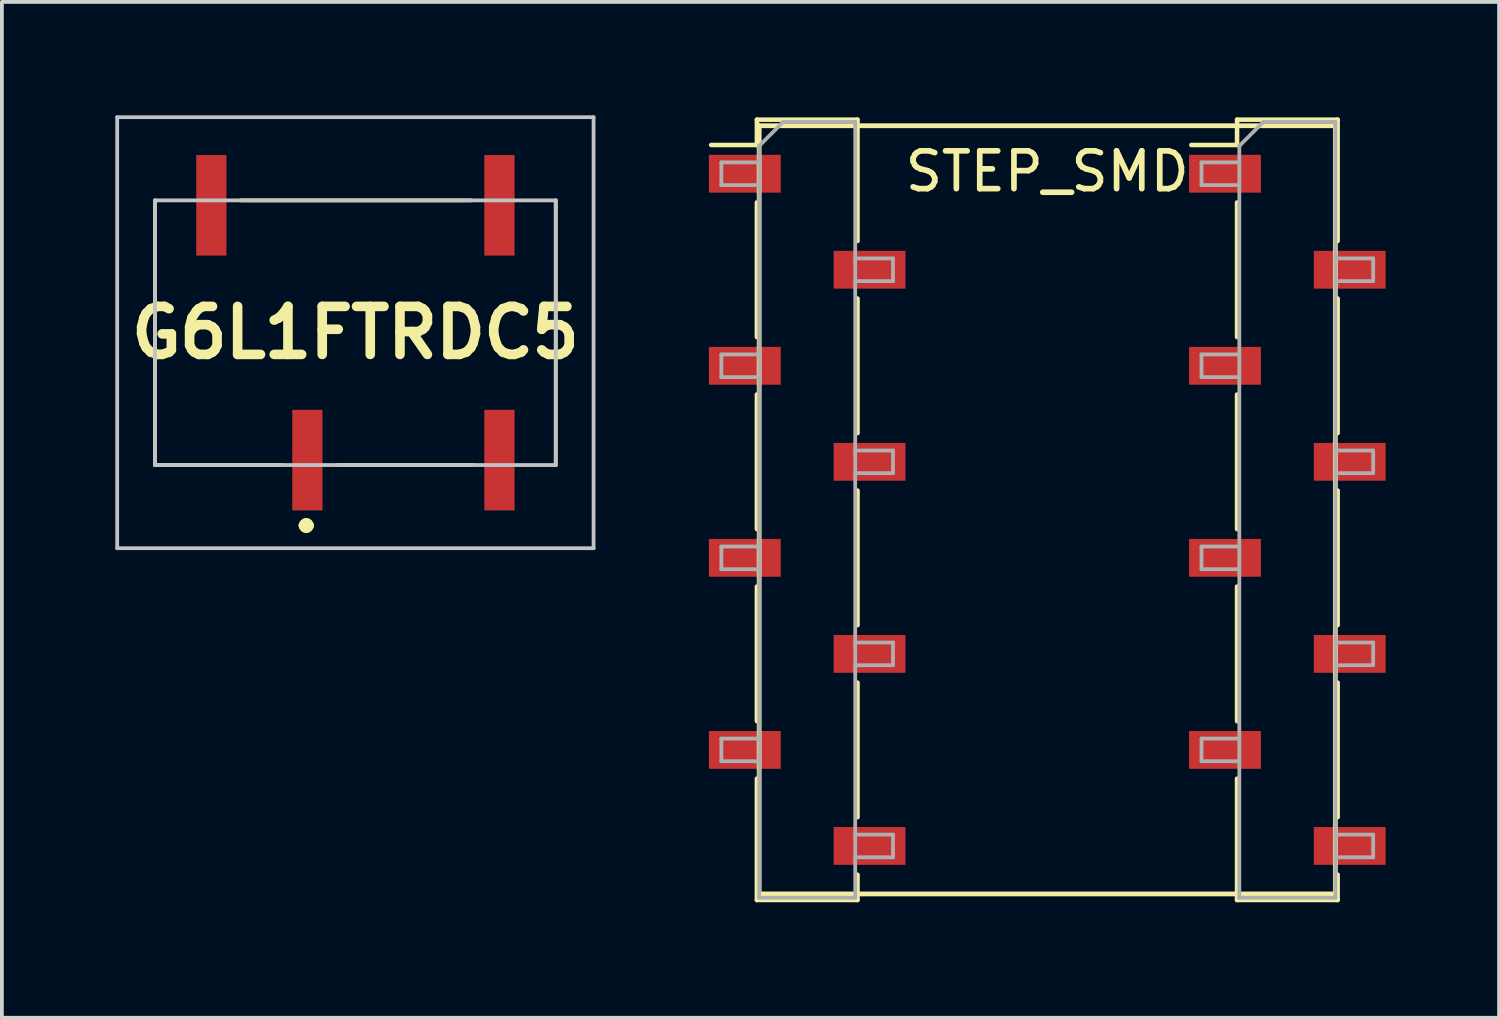
<source format=kicad_pcb>
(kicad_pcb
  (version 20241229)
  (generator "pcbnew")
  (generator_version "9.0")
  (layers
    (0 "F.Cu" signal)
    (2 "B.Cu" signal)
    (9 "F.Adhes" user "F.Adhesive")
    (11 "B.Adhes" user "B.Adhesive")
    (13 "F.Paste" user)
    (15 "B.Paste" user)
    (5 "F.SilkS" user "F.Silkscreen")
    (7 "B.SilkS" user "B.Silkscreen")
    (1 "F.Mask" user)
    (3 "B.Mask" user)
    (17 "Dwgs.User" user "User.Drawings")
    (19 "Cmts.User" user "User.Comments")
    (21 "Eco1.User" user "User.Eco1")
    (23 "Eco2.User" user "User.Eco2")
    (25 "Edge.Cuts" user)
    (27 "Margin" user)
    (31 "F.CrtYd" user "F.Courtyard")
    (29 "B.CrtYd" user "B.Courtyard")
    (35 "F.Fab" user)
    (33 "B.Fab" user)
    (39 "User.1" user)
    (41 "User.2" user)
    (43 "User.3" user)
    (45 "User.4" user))
  (footprint "G6L1FTRDC5"
    (layer "F.Cu")
    (at 6.35 5.75)
    (property "Reference" "G6L1FTRDC5" (at 0 0 0) (layer "F.SilkS") (effects (font (size 1.27 1.27) (thickness 0.254))))
    (attr smd)
    (fp_line (start -5.3 -3.5) (end -5.3 3.5) (stroke (width 0.1) (type solid)) (layer "F.SilkS"))
    (fp_line (start -5.3 3.5) (end -1.953 3.5) (stroke (width 0.1) (type solid)) (layer "F.SilkS"))
    (fp_line (start -3.035 -3.5) (end 3.059 -3.5) (stroke (width 0.1) (type solid)) (layer "F.SilkS"))
    (fp_line (start -1.4 5.1) (end -1.4 5.1) (stroke (width 0.2) (type solid)) (layer "F.SilkS"))
    (fp_line (start -1.2 5.1) (end -1.2 5.1) (stroke (width 0.2) (type solid)) (layer "F.SilkS"))
    (fp_line (start -0.472 3.5) (end 3.116 3.5) (stroke (width 0.1) (type solid)) (layer "F.SilkS"))
    (fp_line (start 5.3 -3.5) (end 5.3 3.5) (stroke (width 0.1) (type solid)) (layer "F.SilkS"))
    (fp_arc (start -1.4 5.1) (mid -1.3 5) (end -1.2 5.1) (stroke (width 0.2) (type solid)) (layer "F.SilkS"))
    (fp_arc (start -1.2 5.1) (mid -1.3 5.2) (end -1.4 5.1) (stroke (width 0.2) (type solid)) (layer "F.SilkS"))
    (fp_line (start -6.3 -5.7) (end 6.3 -5.7) (stroke (width 0.1) (type solid)) (layer "Dwgs.User"))
    (fp_line (start -6.3 5.7) (end -6.3 -5.7) (stroke (width 0.1) (type solid)) (layer "Dwgs.User"))
    (fp_line (start -5.3 -3.5) (end 5.3 -3.5) (stroke (width 0.1) (type solid)) (layer "Dwgs.User"))
    (fp_line (start -5.3 3.5) (end -5.3 -3.5) (stroke (width 0.1) (type solid)) (layer "Dwgs.User"))
    (fp_line (start 5.3 -3.5) (end 5.3 3.5) (stroke (width 0.1) (type solid)) (layer "Dwgs.User"))
    (fp_line (start 5.3 3.5) (end -5.3 3.5) (stroke (width 0.1) (type solid)) (layer "Dwgs.User"))
    (fp_line (start 6.3 -5.7) (end 6.3 5.7) (stroke (width 0.1) (type solid)) (layer "Dwgs.User"))
    (fp_line (start 6.3 5.7) (end -6.3 5.7) (stroke (width 0.1) (type solid)) (layer "Dwgs.User"))
    (pad "2" smd rect (at -1.27 3.37) (size 0.8 2.66) (layers "F.Cu" "F.Mask" "F.Paste"))
    (pad "4" smd rect (at 3.81 3.37) (size 0.8 2.66) (layers "F.Cu" "F.Mask" "F.Paste"))
    (pad "5" smd rect (at 3.81 -3.37) (size 0.8 2.66) (layers "F.Cu" "F.Mask" "F.Paste"))
    (pad "8" smd rect (at -3.81 -3.37) (size 0.8 2.66) (layers "F.Cu" "F.Mask" "F.Paste")))
  (footprint "STEP_SMD"
    (layer "F.Cu")
    (at 24.65 10.435)
    (property "Reference" "STEP_SMD" (at 0 -8.95 0) (layer "F.SilkS") (effects (font (size 1 1) (thickness 0.15))))
    (attr through_hole)
    (fp_line (start -8.89 -9.65) (end -7.68 -9.65) (stroke (width 0.12) (type solid)) (layer "F.SilkS"))
    (fp_line (start -7.68 -10.32) (end -7.68 -9.65) (stroke (width 0.12) (type solid)) (layer "F.SilkS"))
    (fp_line (start -7.68 -10.32) (end -5.02 -10.32) (stroke (width 0.12) (type solid)) (layer "F.SilkS"))
    (fp_line (start -7.68 -8.13) (end -7.68 -4.57) (stroke (width 0.12) (type solid)) (layer "F.SilkS"))
    (fp_line (start -7.68 -3.05) (end -7.68 0.51) (stroke (width 0.12) (type solid)) (layer "F.SilkS"))
    (fp_line (start -7.68 2.03) (end -7.68 5.59) (stroke (width 0.12) (type solid)) (layer "F.SilkS"))
    (fp_line (start -7.68 7.11) (end -7.68 10.32) (stroke (width 0.12) (type solid)) (layer "F.SilkS"))
    (fp_line (start -7.68 10.32) (end -5.02 10.32) (stroke (width 0.12) (type solid)) (layer "F.SilkS"))
    (fp_line (start -7.62 -10.16) (end 7.62 -10.16) (stroke (width 0.127) (type solid)) (layer "F.SilkS"))
    (fp_line (start -7.62 10.16) (end -7.62 -10.16) (stroke (width 0.127) (type solid)) (layer "F.SilkS"))
    (fp_line (start -5.02 -10.32) (end -5.02 -7.11) (stroke (width 0.12) (type solid)) (layer "F.SilkS"))
    (fp_line (start -5.02 -5.59) (end -5.02 -2.03) (stroke (width 0.12) (type solid)) (layer "F.SilkS"))
    (fp_line (start -5.02 -0.51) (end -5.02 3.05) (stroke (width 0.12) (type solid)) (layer "F.SilkS"))
    (fp_line (start -5.02 4.57) (end -5.02 8.13) (stroke (width 0.12) (type solid)) (layer "F.SilkS"))
    (fp_line (start -5.02 9.65) (end -5.02 10.32) (stroke (width 0.12) (type solid)) (layer "F.SilkS"))
    (fp_line (start 3.81 -9.65) (end 5.02 -9.65) (stroke (width 0.12) (type solid)) (layer "F.SilkS"))
    (fp_line (start 5.02 -10.32) (end 5.02 -9.65) (stroke (width 0.12) (type solid)) (layer "F.SilkS"))
    (fp_line (start 5.02 -10.32) (end 7.68 -10.32) (stroke (width 0.12) (type solid)) (layer "F.SilkS"))
    (fp_line (start 5.02 -8.13) (end 5.02 -4.57) (stroke (width 0.12) (type solid)) (layer "F.SilkS"))
    (fp_line (start 5.02 -3.05) (end 5.02 0.51) (stroke (width 0.12) (type solid)) (layer "F.SilkS"))
    (fp_line (start 5.02 2.03) (end 5.02 5.59) (stroke (width 0.12) (type solid)) (layer "F.SilkS"))
    (fp_line (start 5.02 7.11) (end 5.02 10.32) (stroke (width 0.12) (type solid)) (layer "F.SilkS"))
    (fp_line (start 5.02 10.32) (end 7.68 10.32) (stroke (width 0.12) (type solid)) (layer "F.SilkS"))
    (fp_line (start 7.62 -10.16) (end 7.62 10.16) (stroke (width 0.127) (type solid)) (layer "F.SilkS"))
    (fp_line (start 7.62 10.16) (end -7.62 10.16) (stroke (width 0.127) (type solid)) (layer "F.SilkS"))
    (fp_line (start 7.68 -10.32) (end 7.68 -7.11) (stroke (width 0.12) (type solid)) (layer "F.SilkS"))
    (fp_line (start 7.68 -5.59) (end 7.68 -2.03) (stroke (width 0.12) (type solid)) (layer "F.SilkS"))
    (fp_line (start 7.68 -0.51) (end 7.68 3.05) (stroke (width 0.12) (type solid)) (layer "F.SilkS"))
    (fp_line (start 7.68 4.57) (end 7.68 8.13) (stroke (width 0.12) (type solid)) (layer "F.SilkS"))
    (fp_line (start 7.68 9.65) (end 7.68 10.32) (stroke (width 0.12) (type solid)) (layer "F.SilkS"))
    (fp_line (start -7.87 -10.41) (end -7.87 10.41) (stroke (width 0.05) (type solid)) (layer "Eco1.User"))
    (fp_line (start -7.87 10.41) (end 7.87 10.41) (stroke (width 0.05) (type solid)) (layer "Eco1.User"))
    (fp_line (start 7.87 -10.41) (end -7.87 -10.41) (stroke (width 0.05) (type solid)) (layer "Eco1.User"))
    (fp_line (start 7.87 10.41) (end 7.87 -10.41) (stroke (width 0.05) (type solid)) (layer "Eco1.User"))
    (fp_line (start -7.62 -10.16) (end 7.62 -10.16) (stroke (width 0.127) (type solid)) (layer "Eco2.User"))
    (fp_line (start -7.62 10.16) (end -7.62 -10.16) (stroke (width 0.127) (type solid)) (layer "Eco2.User"))
    (fp_line (start 7.62 -10.16) (end 7.62 10.16) (stroke (width 0.127) (type solid)) (layer "Eco2.User"))
    (fp_line (start 7.62 10.16) (end -7.62 10.16) (stroke (width 0.127) (type solid)) (layer "Eco2.User"))
    (fp_line (start -8.62 -9.19) (end -7.62 -9.19) (stroke (width 0.1) (type solid)) (layer "F.Fab"))
    (fp_line (start -8.62 -8.59) (end -8.62 -9.19) (stroke (width 0.1) (type solid)) (layer "F.Fab"))
    (fp_line (start -8.62 -4.11) (end -7.62 -4.11) (stroke (width 0.1) (type solid)) (layer "F.Fab"))
    (fp_line (start -8.62 -3.51) (end -8.62 -4.11) (stroke (width 0.1) (type solid)) (layer "F.Fab"))
    (fp_line (start -8.62 0.97) (end -7.62 0.97) (stroke (width 0.1) (type solid)) (layer "F.Fab"))
    (fp_line (start -8.62 1.57) (end -8.62 0.97) (stroke (width 0.1) (type solid)) (layer "F.Fab"))
    (fp_line (start -8.62 6.05) (end -7.62 6.05) (stroke (width 0.1) (type solid)) (layer "F.Fab"))
    (fp_line (start -8.62 6.65) (end -8.62 6.05) (stroke (width 0.1) (type solid)) (layer "F.Fab"))
    (fp_line (start -7.62 -9.625) (end -6.985 -10.26) (stroke (width 0.1) (type solid)) (layer "F.Fab"))
    (fp_line (start -7.62 -8.59) (end -8.62 -8.59) (stroke (width 0.1) (type solid)) (layer "F.Fab"))
    (fp_line (start -7.62 -3.51) (end -8.62 -3.51) (stroke (width 0.1) (type solid)) (layer "F.Fab"))
    (fp_line (start -7.62 1.57) (end -8.62 1.57) (stroke (width 0.1) (type solid)) (layer "F.Fab"))
    (fp_line (start -7.62 6.65) (end -8.62 6.65) (stroke (width 0.1) (type solid)) (layer "F.Fab"))
    (fp_line (start -7.62 10.26) (end -7.62 -9.625) (stroke (width 0.1) (type solid)) (layer "F.Fab"))
    (fp_line (start -6.985 -10.26) (end -5.08 -10.26) (stroke (width 0.1) (type solid)) (layer "F.Fab"))
    (fp_line (start -5.08 -10.26) (end -5.08 10.26) (stroke (width 0.1) (type solid)) (layer "F.Fab"))
    (fp_line (start -5.08 -6.65) (end -4.08 -6.65) (stroke (width 0.1) (type solid)) (layer "F.Fab"))
    (fp_line (start -5.08 -1.57) (end -4.08 -1.57) (stroke (width 0.1) (type solid)) (layer "F.Fab"))
    (fp_line (start -5.08 3.51) (end -4.08 3.51) (stroke (width 0.1) (type solid)) (layer "F.Fab"))
    (fp_line (start -5.08 8.59) (end -4.08 8.59) (stroke (width 0.1) (type solid)) (layer "F.Fab"))
    (fp_line (start -5.08 10.26) (end -7.62 10.26) (stroke (width 0.1) (type solid)) (layer "F.Fab"))
    (fp_line (start -4.08 -6.65) (end -4.08 -6.05) (stroke (width 0.1) (type solid)) (layer "F.Fab"))
    (fp_line (start -4.08 -6.05) (end -5.08 -6.05) (stroke (width 0.1) (type solid)) (layer "F.Fab"))
    (fp_line (start -4.08 -1.57) (end -4.08 -0.97) (stroke (width 0.1) (type solid)) (layer "F.Fab"))
    (fp_line (start -4.08 -0.97) (end -5.08 -0.97) (stroke (width 0.1) (type solid)) (layer "F.Fab"))
    (fp_line (start -4.08 3.51) (end -4.08 4.11) (stroke (width 0.1) (type solid)) (layer "F.Fab"))
    (fp_line (start -4.08 4.11) (end -5.08 4.11) (stroke (width 0.1) (type solid)) (layer "F.Fab"))
    (fp_line (start -4.08 8.59) (end -4.08 9.19) (stroke (width 0.1) (type solid)) (layer "F.Fab"))
    (fp_line (start -4.08 9.19) (end -5.08 9.19) (stroke (width 0.1) (type solid)) (layer "F.Fab"))
    (fp_line (start 4.08 -9.19) (end 5.08 -9.19) (stroke (width 0.1) (type solid)) (layer "F.Fab"))
    (fp_line (start 4.08 -8.59) (end 4.08 -9.19) (stroke (width 0.1) (type solid)) (layer "F.Fab"))
    (fp_line (start 4.08 -4.11) (end 5.08 -4.11) (stroke (width 0.1) (type solid)) (layer "F.Fab"))
    (fp_line (start 4.08 -3.51) (end 4.08 -4.11) (stroke (width 0.1) (type solid)) (layer "F.Fab"))
    (fp_line (start 4.08 0.97) (end 5.08 0.97) (stroke (width 0.1) (type solid)) (layer "F.Fab"))
    (fp_line (start 4.08 1.57) (end 4.08 0.97) (stroke (width 0.1) (type solid)) (layer "F.Fab"))
    (fp_line (start 4.08 6.05) (end 5.08 6.05) (stroke (width 0.1) (type solid)) (layer "F.Fab"))
    (fp_line (start 4.08 6.65) (end 4.08 6.05) (stroke (width 0.1) (type solid)) (layer "F.Fab"))
    (fp_line (start 5.08 -9.625) (end 5.715 -10.26) (stroke (width 0.1) (type solid)) (layer "F.Fab"))
    (fp_line (start 5.08 -8.59) (end 4.08 -8.59) (stroke (width 0.1) (type solid)) (layer "F.Fab"))
    (fp_line (start 5.08 -3.51) (end 4.08 -3.51) (stroke (width 0.1) (type solid)) (layer "F.Fab"))
    (fp_line (start 5.08 1.57) (end 4.08 1.57) (stroke (width 0.1) (type solid)) (layer "F.Fab"))
    (fp_line (start 5.08 6.65) (end 4.08 6.65) (stroke (width 0.1) (type solid)) (layer "F.Fab"))
    (fp_line (start 5.08 10.26) (end 5.08 -9.625) (stroke (width 0.1) (type solid)) (layer "F.Fab"))
    (fp_line (start 5.715 -10.26) (end 7.62 -10.26) (stroke (width 0.1) (type solid)) (layer "F.Fab"))
    (fp_line (start 7.62 -10.26) (end 7.62 10.26) (stroke (width 0.1) (type solid)) (layer "F.Fab"))
    (fp_line (start 7.62 -6.65) (end 8.62 -6.65) (stroke (width 0.1) (type solid)) (layer "F.Fab"))
    (fp_line (start 7.62 -1.57) (end 8.62 -1.57) (stroke (width 0.1) (type solid)) (layer "F.Fab"))
    (fp_line (start 7.62 3.51) (end 8.62 3.51) (stroke (width 0.1) (type solid)) (layer "F.Fab"))
    (fp_line (start 7.62 8.59) (end 8.62 8.59) (stroke (width 0.1) (type solid)) (layer "F.Fab"))
    (fp_line (start 7.62 10.26) (end 5.08 10.26) (stroke (width 0.1) (type solid)) (layer "F.Fab"))
    (fp_line (start 8.62 -6.65) (end 8.62 -6.05) (stroke (width 0.1) (type solid)) (layer "F.Fab"))
    (fp_line (start 8.62 -6.05) (end 7.62 -6.05) (stroke (width 0.1) (type solid)) (layer "F.Fab"))
    (fp_line (start 8.62 -1.57) (end 8.62 -0.97) (stroke (width 0.1) (type solid)) (layer "F.Fab"))
    (fp_line (start 8.62 -0.97) (end 7.62 -0.97) (stroke (width 0.1) (type solid)) (layer "F.Fab"))
    (fp_line (start 8.62 3.51) (end 8.62 4.11) (stroke (width 0.1) (type solid)) (layer "F.Fab"))
    (fp_line (start 8.62 4.11) (end 7.62 4.11) (stroke (width 0.1) (type solid)) (layer "F.Fab"))
    (fp_line (start 8.62 8.59) (end 8.62 9.19) (stroke (width 0.1) (type solid)) (layer "F.Fab"))
    (fp_line (start 8.62 9.19) (end 7.62 9.19) (stroke (width 0.1) (type solid)) (layer "F.Fab"))
    (pad "1" smd rect (at -8 -8.89) (size 1.9 1) (layers "F.Cu" "F.Mask" "F.Paste"))
    (pad "2" smd rect (at -4.7 -6.35) (size 1.9 1) (layers "F.Cu" "F.Mask" "F.Paste"))
    (pad "3" smd rect (at -8 -3.81) (size 1.9 1) (layers "F.Cu" "F.Mask" "F.Paste"))
    (pad "4" smd rect (at -4.7 -1.27) (size 1.9 1) (layers "F.Cu" "F.Mask" "F.Paste"))
    (pad "5" smd rect (at -8 1.27) (size 1.9 1) (layers "F.Cu" "F.Mask" "F.Paste"))
    (pad "6" smd rect (at -4.7 3.81) (size 1.9 1) (layers "F.Cu" "F.Mask" "F.Paste"))
    (pad "7" smd rect (at -8 6.35) (size 1.9 1) (layers "F.Cu" "F.Mask" "F.Paste"))
    (pad "8" smd rect (at -4.7 8.89) (size 1.9 1) (layers "F.Cu" "F.Mask" "F.Paste"))
    (pad "9" smd rect (at 8 8.89) (size 1.9 1) (layers "F.Cu" "F.Mask" "F.Paste"))
    (pad "10" smd rect (at 4.7 6.35) (size 1.9 1) (layers "F.Cu" "F.Mask" "F.Paste"))
    (pad "11" smd rect (at 8 3.81) (size 1.9 1) (layers "F.Cu" "F.Mask" "F.Paste"))
    (pad "12" smd rect (at 4.7 1.27) (size 1.9 1) (layers "F.Cu" "F.Mask" "F.Paste"))
    (pad "13" smd rect (at 8 -1.27) (size 1.9 1) (layers "F.Cu" "F.Mask" "F.Paste"))
    (pad "14" smd rect (at 4.7 -3.81) (size 1.9 1) (layers "F.Cu" "F.Mask" "F.Paste"))
    (pad "15" smd rect (at 8 -6.35) (size 1.9 1) (layers "F.Cu" "F.Mask" "F.Paste"))
    (pad "16" smd rect (at 4.7 -8.89) (size 1.9 1) (layers "F.Cu" "F.Mask" "F.Paste")))
  (gr_rect
    (start -3 -3)
    (end 36.6 23.87)
    (stroke (width 0.1) (type default))
    (fill no)
    (layer "Edge.Cuts")))
</source>
